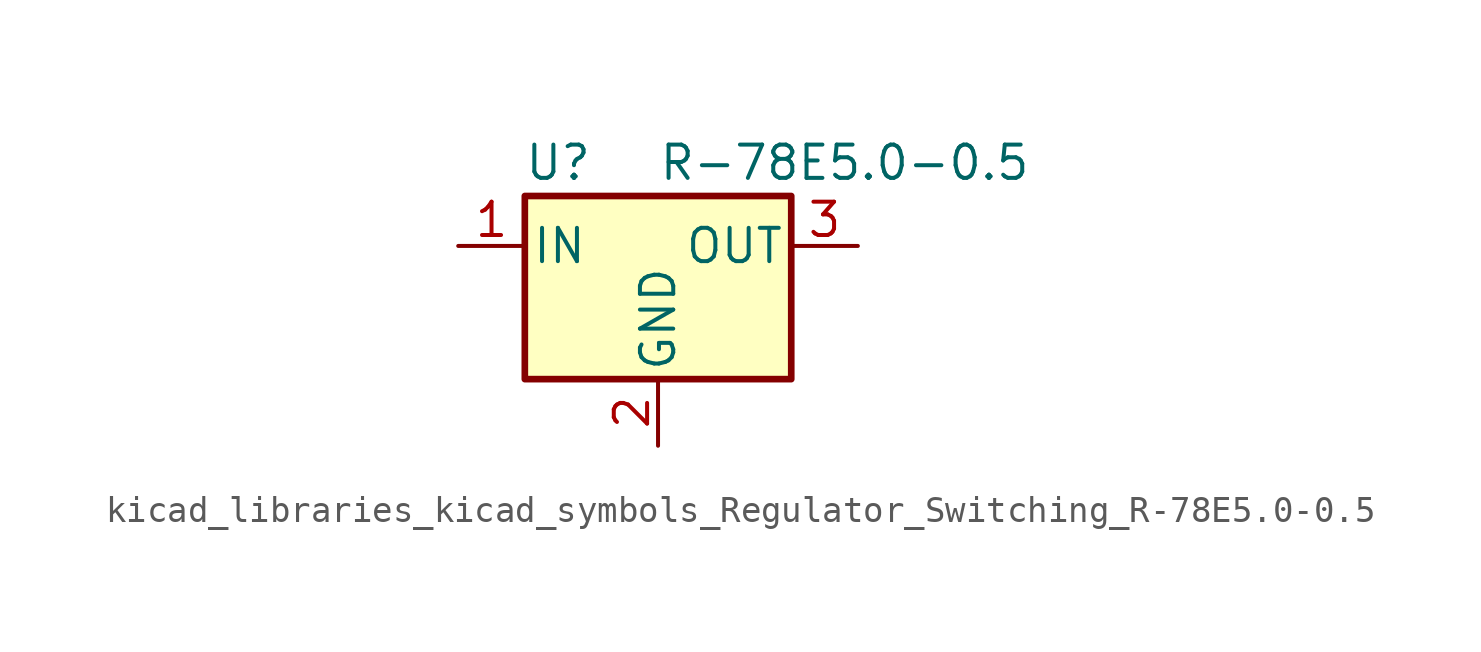
<source format=kicad_sym>
(kicad_symbol_lib
  (version 20220914)
  (generator kicad_symbol_editor)
  (symbol "kicad_libraries_kicad_symbols_Regulator_Switching_R-78E5.0-0.5"
    (pin_names
      (offset 0.254))
    (property "Reference" "U"
      (at -3.81 3.175 0)
      (effects (font (size 1.27 1.27))))
    (property "Value" "R-78E5.0-0.5"
      (at 0 3.175 0)
      (effects (font (size 1.27 1.27)) (justify left)))
    (symbol "kicad_libraries_kicad_symbols_Regulator_Switching_R-78E5.0-0.5_0_1"
      (rectangle (start -5.08 1.905) (end 5.08 -5.08) (stroke (width 0.254) (type default)) (fill (type background))))
    (symbol "kicad_libraries_kicad_symbols_Regulator_Switching_R-78E5.0-0.5_1_1"
      (pin power_in line (at -7.62 0 0) (length 2.54) (name "IN" (effects (font (size 1.27 1.27)))) (number "1" (effects (font (size 1.27 1.27)))))
      (pin power_in line (at 0 -7.62 90) (length 2.54) (name "GND" (effects (font (size 1.27 1.27)))) (number "2" (effects (font (size 1.27 1.27)))))
      (pin power_out line (at 7.62 0 180) (length 2.54) (name "OUT" (effects (font (size 1.27 1.27)))) (number "3" (effects (font (size 1.27 1.27))))))))
</source>
